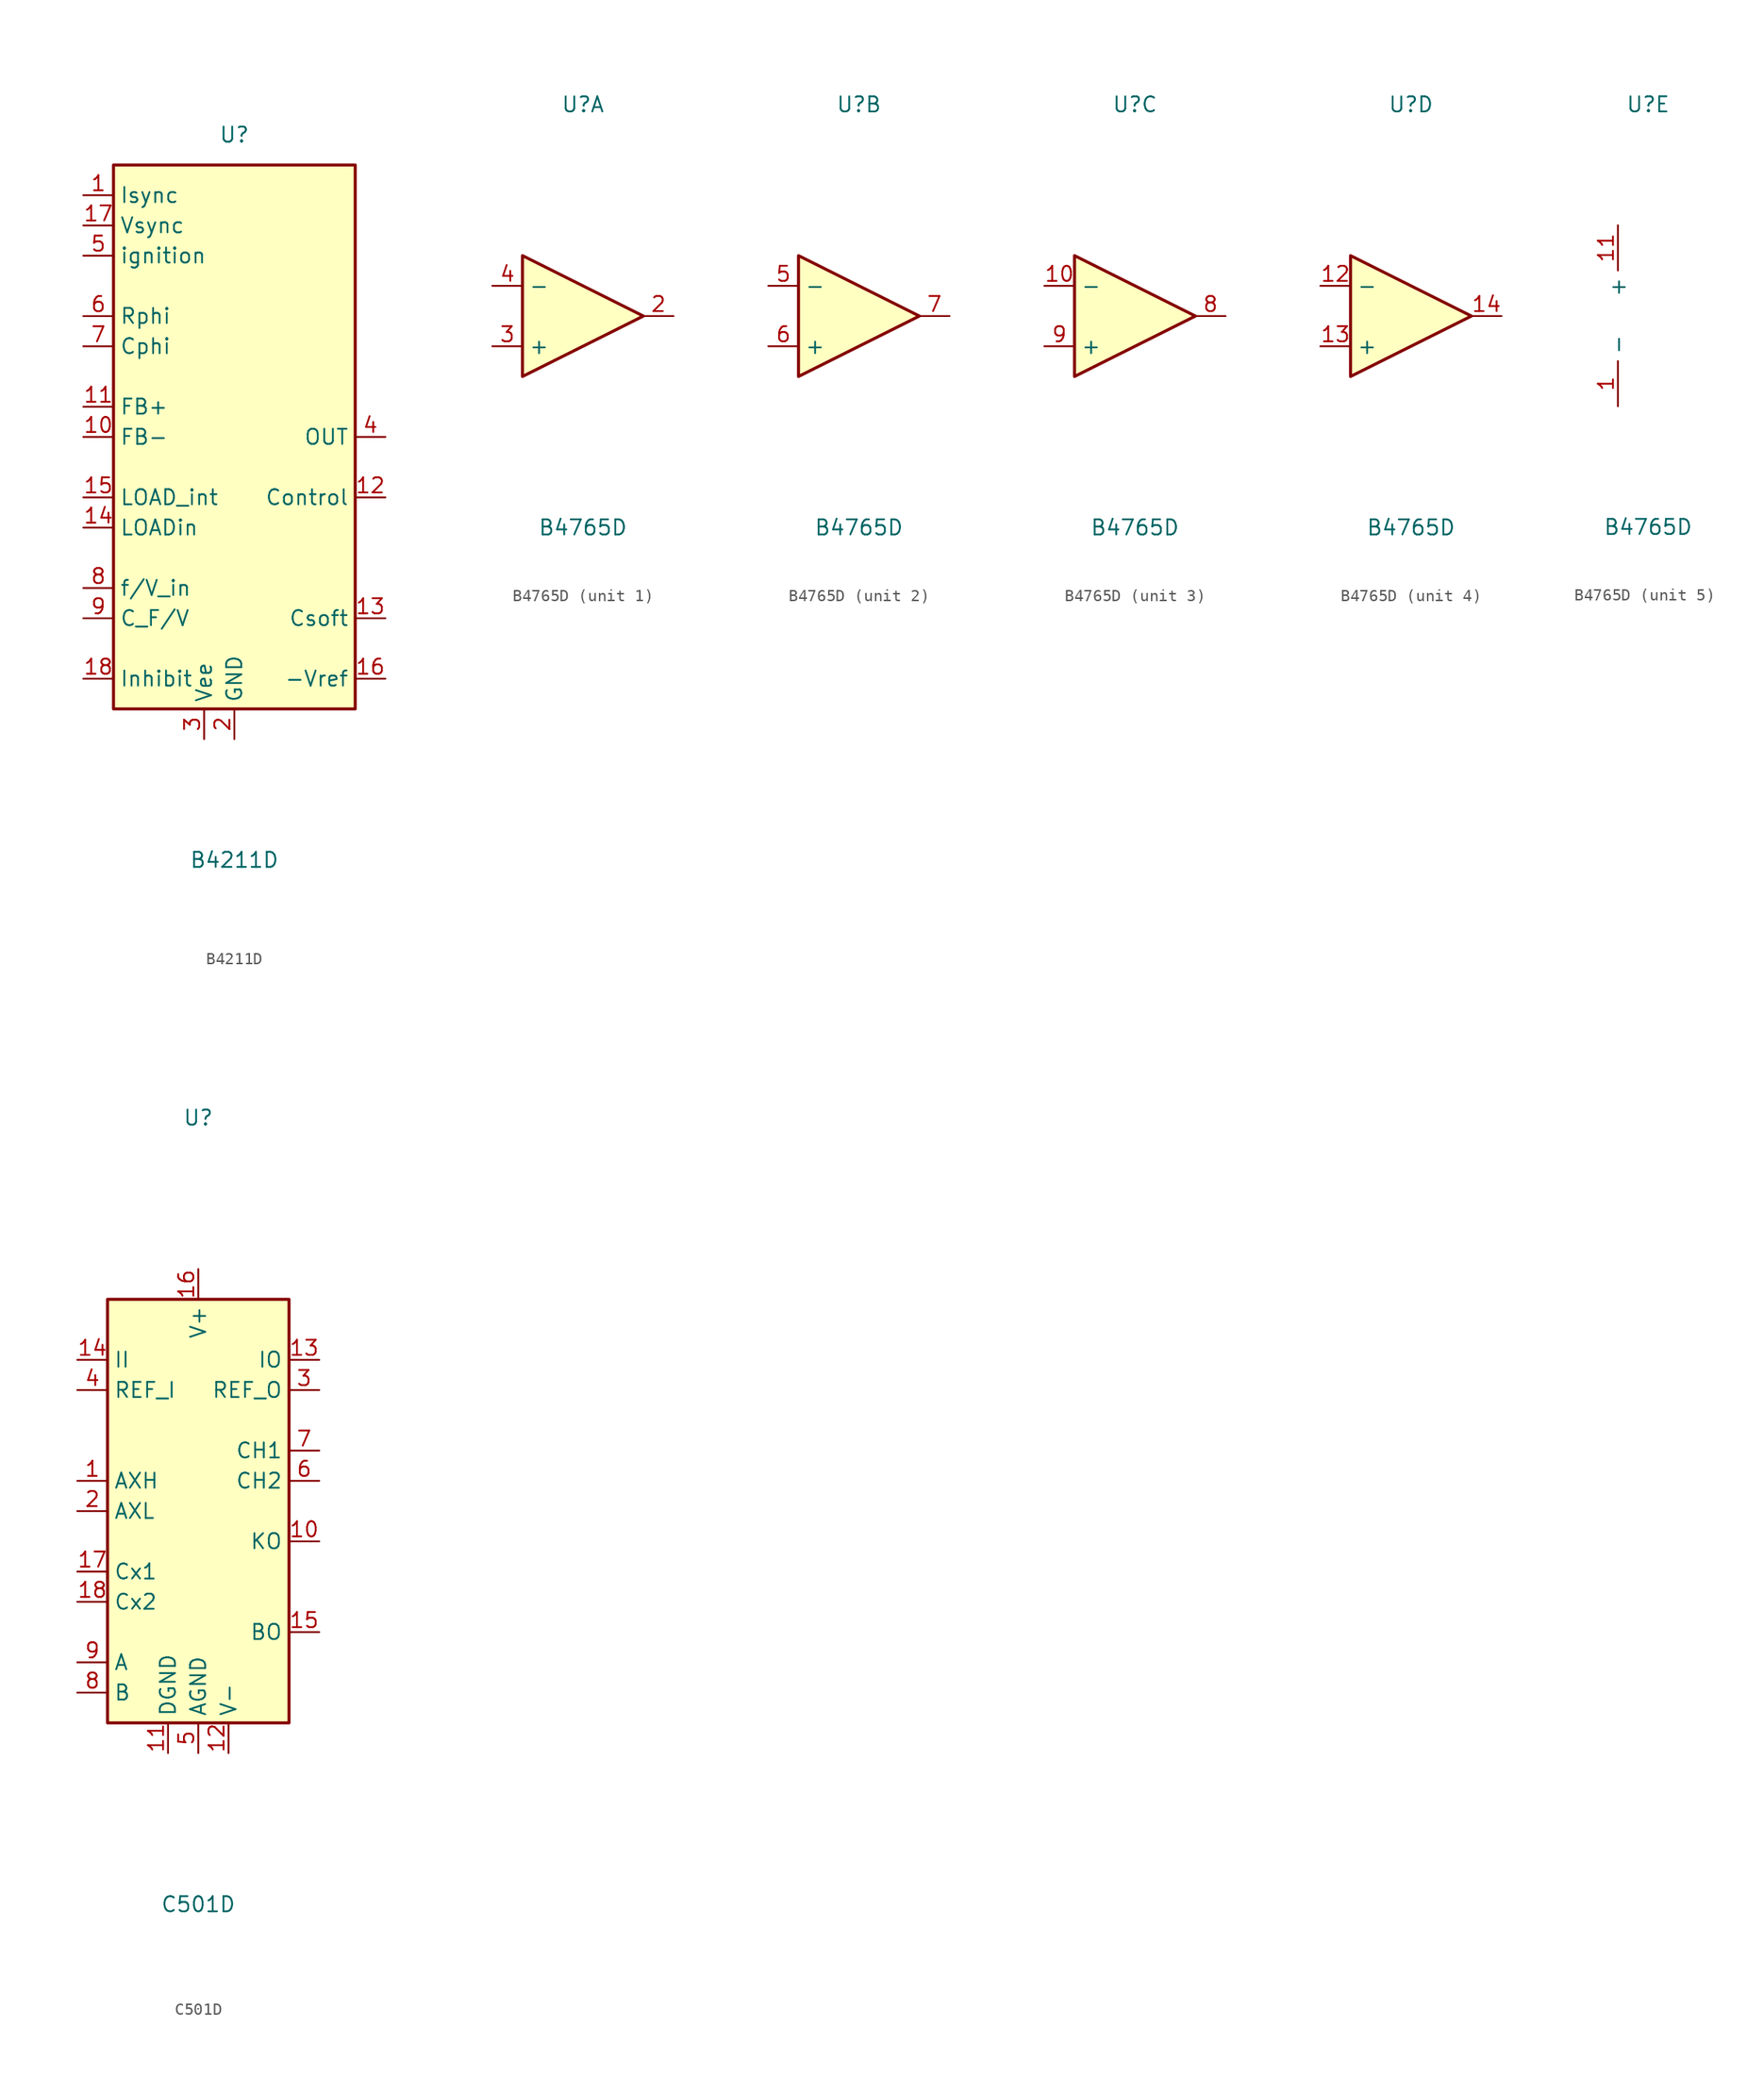
<source format=kicad_sym>
(kicad_symbol_lib
  (version 20211014)
  (generator kicad_symbol_editor)
  (symbol "B4211D"
    (property "Reference" "U"
      (at 0 25.4 0)
      (effects (font (size 1.27 1.27))))
    (property "Value" "B4211D"
      (at 0 -35.56 0)
      (effects (font (size 1.27 1.27))))
    (symbol "B4211D_0_0"
      (pin input line (at -12.7 20.32 0) (length 2.54) (name "Isync" (effects (font (size 1.27 1.27)))) (number "1" (effects (font (size 1.27 1.27)))))
      (pin bidirectional line (at -12.7 0 0) (length 2.54) (name "FB-" (effects (font (size 1.27 1.27)))) (number "10" (effects (font (size 1.27 1.27)))))
      (pin input line (at -12.7 2.54 0) (length 2.54) (name "FB+" (effects (font (size 1.27 1.27)))) (number "11" (effects (font (size 1.27 1.27)))))
      (pin output line (at 12.7 -5.08 180) (length 2.54) (name "Control" (effects (font (size 1.27 1.27)))) (number "12" (effects (font (size 1.27 1.27)))))
      (pin passive line (at 12.7 -15.24 180) (length 2.54) (name "Csoft" (effects (font (size 1.27 1.27)))) (number "13" (effects (font (size 1.27 1.27)))))
      (pin input line (at -12.7 -7.62 0) (length 2.54) (name "LOADin" (effects (font (size 1.27 1.27)))) (number "14" (effects (font (size 1.27 1.27)))))
      (pin bidirectional line (at -12.7 -5.08 0) (length 2.54) (name "LOAD_int" (effects (font (size 1.27 1.27)))) (number "15" (effects (font (size 1.27 1.27)))))
      (pin output line (at 12.7 -20.32 180) (length 2.54) (name "-Vref" (effects (font (size 1.27 1.27)))) (number "16" (effects (font (size 1.27 1.27)))))
      (pin input line (at -12.7 17.78 0) (length 2.54) (name "Vsync" (effects (font (size 1.27 1.27)))) (number "17" (effects (font (size 1.27 1.27)))))
      (pin input line (at -12.7 -20.32 0) (length 2.54) (name "Inhibit" (effects (font (size 1.27 1.27)))) (number "18" (effects (font (size 1.27 1.27)))))
      (pin power_in line (at 0 -25.4 90) (length 2.54) (name "GND" (effects (font (size 1.27 1.27)))) (number "2" (effects (font (size 1.27 1.27)))))
      (pin power_in line (at -2.54 -25.4 90) (length 2.54) (name "Vee" (effects (font (size 1.27 1.27)))) (number "3" (effects (font (size 1.27 1.27)))))
      (pin output line (at 12.7 0 180) (length 2.54) (name "OUT" (effects (font (size 1.27 1.27)))) (number "4" (effects (font (size 1.27 1.27)))))
      (pin input line (at -12.7 15.24 0) (length 2.54) (name "ignition" (effects (font (size 1.27 1.27)))) (number "5" (effects (font (size 1.27 1.27)))))
      (pin passive line (at -12.7 10.16 0) (length 2.54) (name "Rphi" (effects (font (size 1.27 1.27)))) (number "6" (effects (font (size 1.27 1.27)))))
      (pin passive line (at -12.7 7.62 0) (length 2.54) (name "Cphi" (effects (font (size 1.27 1.27)))) (number "7" (effects (font (size 1.27 1.27)))))
      (pin input line (at -12.7 -12.7 0) (length 2.54) (name "f/V_in" (effects (font (size 1.27 1.27)))) (number "8" (effects (font (size 1.27 1.27)))))
      (pin passive line (at -12.7 -15.24 0) (length 2.54) (name "C_F/V" (effects (font (size 1.27 1.27)))) (number "9" (effects (font (size 1.27 1.27))))))
    (symbol "B4211D_0_1"
      (rectangle (start -10.16 22.86) (end 10.16 -22.86) (stroke (width 0.254) (type default) (color 0 0 0 0)) (fill (type background)))))
  (symbol "B4765D"
    (property "Reference" "U"
      (at 0 17.78 0)
      (effects (font (size 1.27 1.27))))
    (property "Value" "B4765D"
      (at 0 -17.78 0)
      (effects (font (size 1.27 1.27))))
    (property "ki_locked" ""
      (at 0 0 0)
      (effects (font (size 1.27 1.27))))
    (symbol "B4765D_1_1"
      (polyline (pts (xy -5.08 5.08) (xy 5.08 0) (xy -5.08 -5.08) (xy -5.08 5.08)) (stroke (width 0.254) (type default) (color 0 0 0 0)) (fill (type background)))
      (pin open_collector line (at 7.62 0 180) (length 2.54) (name "~" (effects (font (size 1.27 1.27)))) (number "2" (effects (font (size 1.27 1.27)))))
      (pin input line (at -7.62 -2.54 0) (length 2.54) (name "+" (effects (font (size 1.27 1.27)))) (number "3" (effects (font (size 1.27 1.27)))))
      (pin input line (at -7.62 2.54 0) (length 2.54) (name "-" (effects (font (size 1.27 1.27)))) (number "4" (effects (font (size 1.27 1.27))))))
    (symbol "B4765D_2_1"
      (polyline (pts (xy -5.08 5.08) (xy 5.08 0) (xy -5.08 -5.08) (xy -5.08 5.08)) (stroke (width 0.254) (type default) (color 0 0 0 0)) (fill (type background)))
      (pin input line (at -7.62 2.54 0) (length 2.54) (name "-" (effects (font (size 1.27 1.27)))) (number "5" (effects (font (size 1.27 1.27)))))
      (pin input line (at -7.62 -2.54 0) (length 2.54) (name "+" (effects (font (size 1.27 1.27)))) (number "6" (effects (font (size 1.27 1.27)))))
      (pin open_collector line (at 7.62 0 180) (length 2.54) (name "~" (effects (font (size 1.27 1.27)))) (number "7" (effects (font (size 1.27 1.27))))))
    (symbol "B4765D_3_1"
      (polyline (pts (xy -5.08 5.08) (xy 5.08 0) (xy -5.08 -5.08) (xy -5.08 5.08)) (stroke (width 0.254) (type default) (color 0 0 0 0)) (fill (type background)))
      (pin input line (at -7.62 2.54 0) (length 2.54) (name "-" (effects (font (size 1.27 1.27)))) (number "10" (effects (font (size 1.27 1.27)))))
      (pin open_collector line (at 7.62 0 180) (length 2.54) (name "~" (effects (font (size 1.27 1.27)))) (number "8" (effects (font (size 1.27 1.27)))))
      (pin input line (at -7.62 -2.54 0) (length 2.54) (name "+" (effects (font (size 1.27 1.27)))) (number "9" (effects (font (size 1.27 1.27))))))
    (symbol "B4765D_4_1"
      (polyline (pts (xy -5.08 5.08) (xy 5.08 0) (xy -5.08 -5.08) (xy -5.08 5.08)) (stroke (width 0.254) (type default) (color 0 0 0 0)) (fill (type background)))
      (pin input line (at -7.62 2.54 0) (length 2.54) (name "-" (effects (font (size 1.27 1.27)))) (number "12" (effects (font (size 1.27 1.27)))))
      (pin input line (at -7.62 -2.54 0) (length 2.54) (name "+" (effects (font (size 1.27 1.27)))) (number "13" (effects (font (size 1.27 1.27)))))
      (pin open_collector line (at 7.62 0 180) (length 2.54) (name "~" (effects (font (size 1.27 1.27)))) (number "14" (effects (font (size 1.27 1.27))))))
    (symbol "B4765D_5_1"
      (pin power_in line (at -2.54 -7.62 90) (length 3.81) (name "-" (effects (font (size 1.27 1.27)))) (number "1" (effects (font (size 1.27 1.27)))))
      (pin power_in line (at -2.54 7.62 270) (length 3.81) (name "+" (effects (font (size 1.27 1.27)))) (number "11" (effects (font (size 1.27 1.27)))))))
  (symbol "C501D"
    (property "Reference" "U"
      (at 0 33.02 0)
      (effects (font (size 1.27 1.27))))
    (property "Value" "C501D"
      (at 0 -33.02 0)
      (effects (font (size 1.27 1.27))))
    (symbol "C501D_1_1"
      (rectangle (start -7.62 17.78) (end 7.62 -17.78) (stroke (width 0.254) (type default) (color 0 0 0 0)) (fill (type background)))
      (pin input line (at -10.16 2.54 0) (length 2.54) (name "AXH" (effects (font (size 1.27 1.27)))) (number "1" (effects (font (size 1.27 1.27)))))
      (pin output line (at 10.16 -2.54 180) (length 2.54) (name "KO" (effects (font (size 1.27 1.27)))) (number "10" (effects (font (size 1.27 1.27)))))
      (pin power_in line (at -2.54 -20.32 90) (length 2.54) (name "DGND" (effects (font (size 1.27 1.27)))) (number "11" (effects (font (size 1.27 1.27)))))
      (pin power_in line (at 2.54 -20.32 90) (length 2.54) (name "V-" (effects (font (size 1.27 1.27)))) (number "12" (effects (font (size 1.27 1.27)))))
      (pin output line (at 10.16 12.7 180) (length 2.54) (name "IO" (effects (font (size 1.27 1.27)))) (number "13" (effects (font (size 1.27 1.27)))))
      (pin input line (at -10.16 12.7 0) (length 2.54) (name "II" (effects (font (size 1.27 1.27)))) (number "14" (effects (font (size 1.27 1.27)))))
      (pin output line (at 10.16 -10.16 180) (length 2.54) (name "BO" (effects (font (size 1.27 1.27)))) (number "15" (effects (font (size 1.27 1.27)))))
      (pin power_in line (at 0 20.32 270) (length 2.54) (name "V+" (effects (font (size 1.27 1.27)))) (number "16" (effects (font (size 1.27 1.27)))))
      (pin passive line (at -10.16 -5.08 0) (length 2.54) (name "Cx1" (effects (font (size 1.27 1.27)))) (number "17" (effects (font (size 1.27 1.27)))))
      (pin passive line (at -10.16 -7.62 0) (length 2.54) (name "Cx2" (effects (font (size 1.27 1.27)))) (number "18" (effects (font (size 1.27 1.27)))))
      (pin no_connect line (at 7.62 -12.7 180) (length 2.54) hide (name "~" (effects (font (size 1.27 1.27)))) (number "19" (effects (font (size 1.27 1.27)))))
      (pin input line (at -10.16 0 0) (length 2.54) (name "AXL" (effects (font (size 1.27 1.27)))) (number "2" (effects (font (size 1.27 1.27)))))
      (pin no_connect line (at 7.62 -15.24 180) (length 2.54) hide (name "~" (effects (font (size 1.27 1.27)))) (number "20" (effects (font (size 1.27 1.27)))))
      (pin output line (at 10.16 10.16 180) (length 2.54) (name "REF_O" (effects (font (size 1.27 1.27)))) (number "3" (effects (font (size 1.27 1.27)))))
      (pin input line (at -10.16 10.16 0) (length 2.54) (name "REF_I" (effects (font (size 1.27 1.27)))) (number "4" (effects (font (size 1.27 1.27)))))
      (pin power_in line (at 0 -20.32 90) (length 2.54) (name "AGND" (effects (font (size 1.27 1.27)))) (number "5" (effects (font (size 1.27 1.27)))))
      (pin passive line (at 10.16 2.54 180) (length 2.54) (name "CH2" (effects (font (size 1.27 1.27)))) (number "6" (effects (font (size 1.27 1.27)))))
      (pin passive line (at 10.16 5.08 180) (length 2.54) (name "CH1" (effects (font (size 1.27 1.27)))) (number "7" (effects (font (size 1.27 1.27)))))
      (pin input line (at -10.16 -15.24 0) (length 2.54) (name "B" (effects (font (size 1.27 1.27)))) (number "8" (effects (font (size 1.27 1.27)))))
      (pin input line (at -10.16 -12.7 0) (length 2.54) (name "A" (effects (font (size 1.27 1.27)))) (number "9" (effects (font (size 1.27 1.27))))))))
</source>
